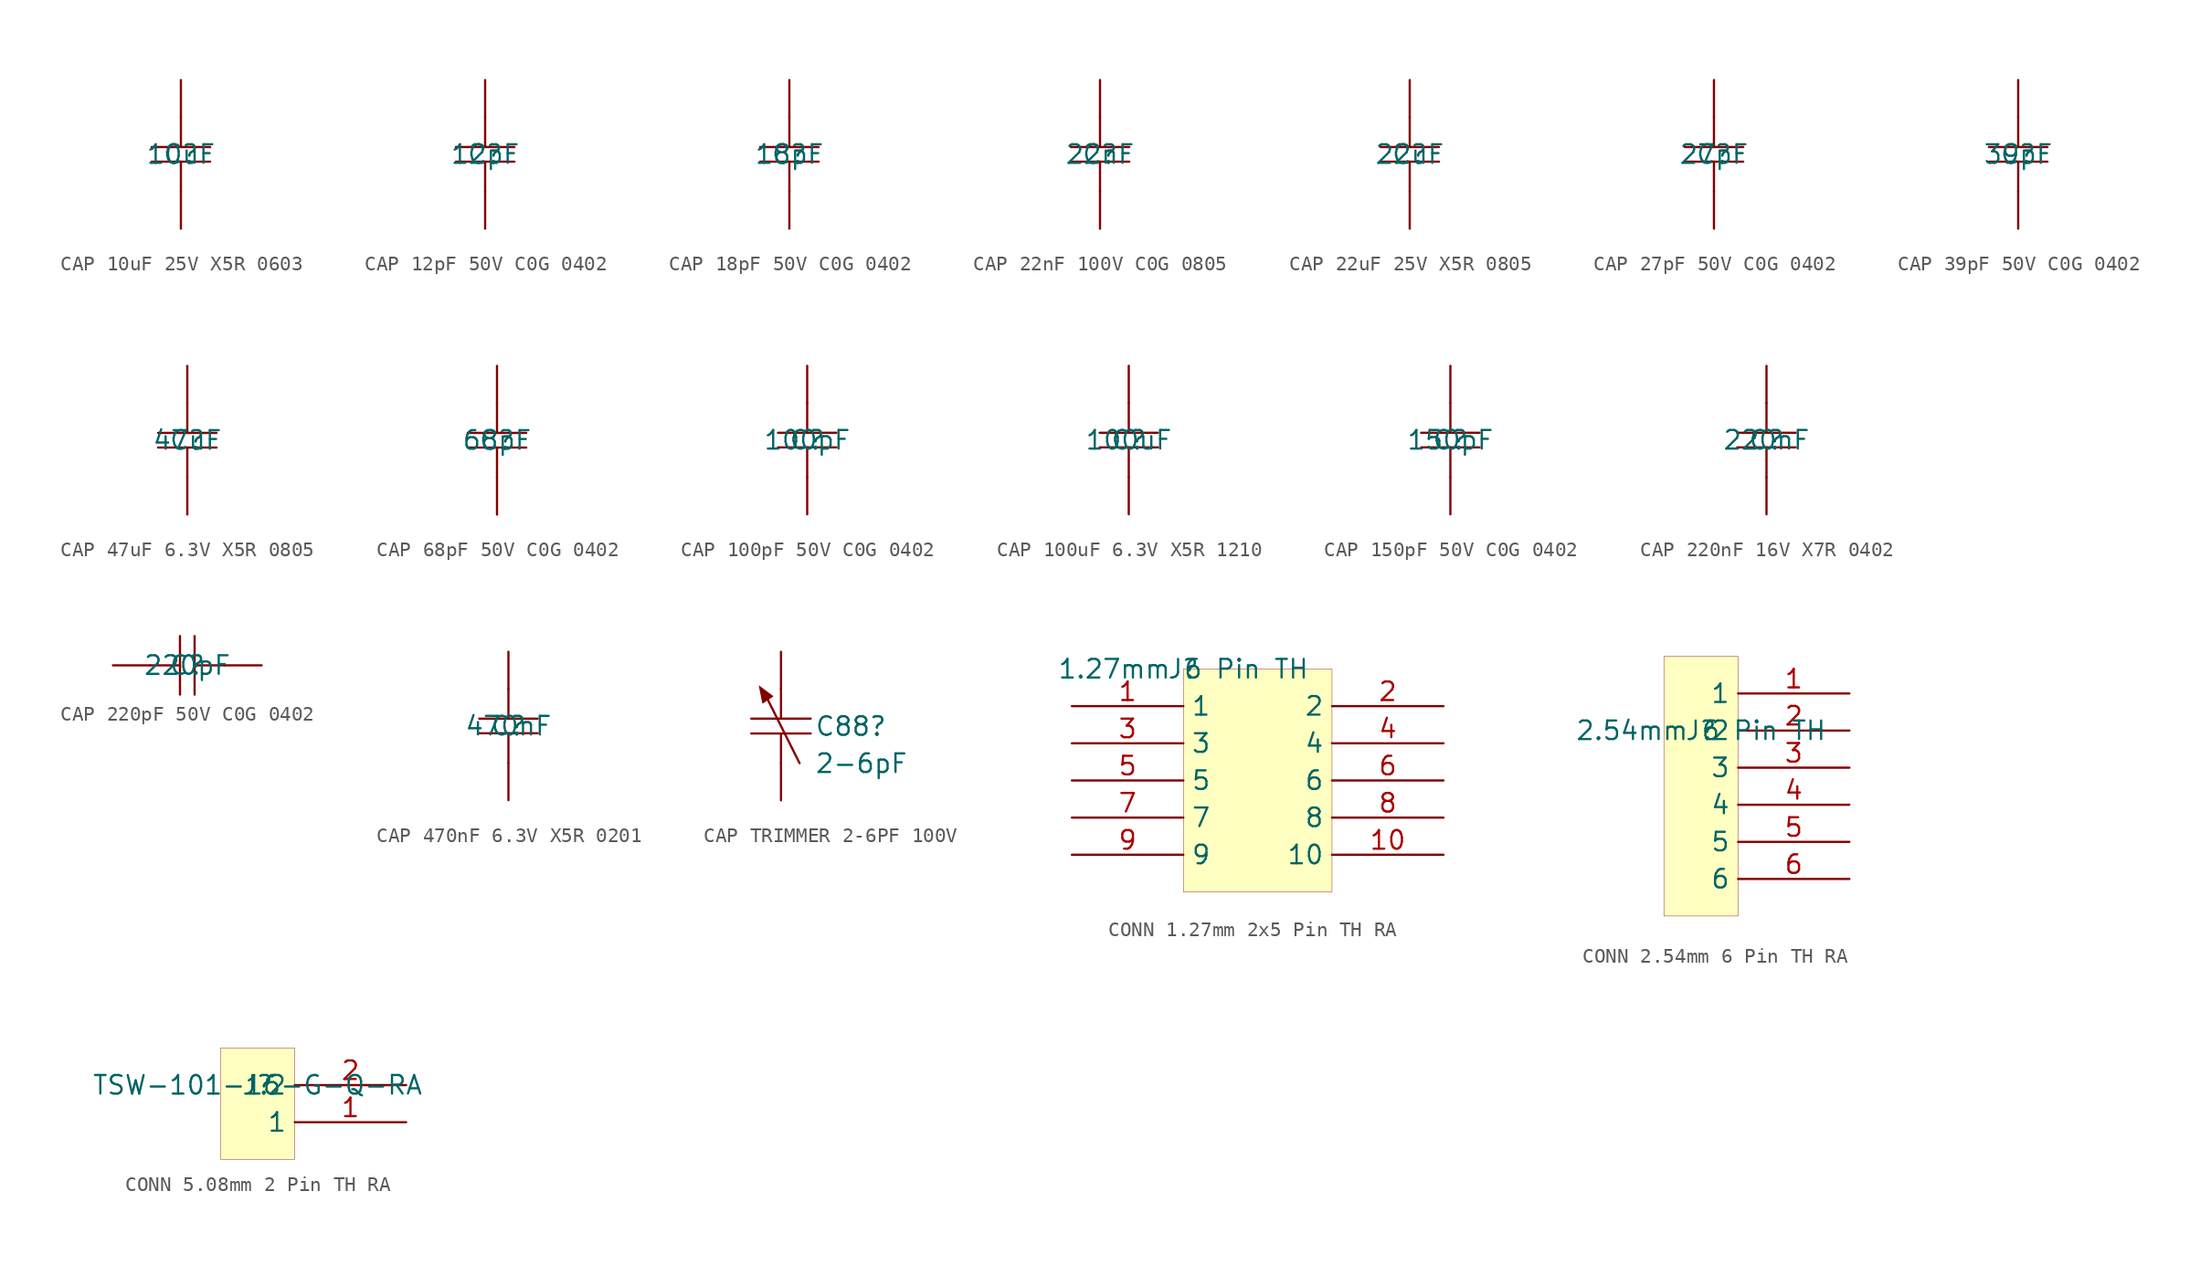
<source format=kicad_sym>
(kicad_symbol_lib
  (version 20241209)
  (generator "kicad_symbol_editor")
  (generator_version "9.0")
  (symbol "CAP 10uF 25V X5R 0603"
    (pin_numbers
      (hide yes))
    (pin_names
      (hide yes))
    (property "Reference" "C"
      (at 0 0 0)
      (effects (font (size 1.27 1.27))))
    (property "Value" "10uF"
      (at 0 0 0)
      (effects (font (size 1.27 1.27))))
    (symbol "CAP 10uF 25V X5R 0603_1_0"
      (polyline (pts (xy -2 0.5) (xy 2 0.5)) (stroke (width 0) (type solid)) (fill (type none)))
      (polyline (pts (xy -2 -0.5) (xy 2 -0.5)) (stroke (width 0) (type solid)) (fill (type none)))
      (polyline (pts (xy 0 2.54) (xy 0 0.5)) (stroke (width 0) (type solid)) (fill (type none)))
      (polyline (pts (xy 0 -2.54) (xy 0 -0.5)) (stroke (width 0) (type solid)) (fill (type none)))
      (pin passive line (at 0 5.08 270) (length 2.54) (name "2" (effects (font (size 1.27 1.27)))) (number "2" (effects (font (size 1.27 1.27)))))
      (pin passive line (at 0 -5.08 90) (length 2.54) (name "1" (effects (font (size 1.27 1.27)))) (number "1" (effects (font (size 1.27 1.27)))))))
  (symbol "CAP 12pF 50V C0G 0402"
    (pin_numbers
      (hide yes))
    (pin_names
      (hide yes))
    (property "Reference" "C"
      (at 0 0 0)
      (effects (font (size 1.27 1.27))))
    (property "Value" "12pF"
      (at 0 0 0)
      (effects (font (size 1.27 1.27))))
    (symbol "CAP 12pF 50V C0G 0402_1_0"
      (polyline (pts (xy -2 0.5) (xy 2 0.5)) (stroke (width 0) (type solid)) (fill (type none)))
      (polyline (pts (xy -2 -0.5) (xy 2 -0.5)) (stroke (width 0) (type solid)) (fill (type none)))
      (polyline (pts (xy 0 2.54) (xy 0 0.5)) (stroke (width 0) (type solid)) (fill (type none)))
      (polyline (pts (xy 0 -2.54) (xy 0 -0.5)) (stroke (width 0) (type solid)) (fill (type none)))
      (pin passive line (at 0 5.08 270) (length 2.54) (name "2" (effects (font (size 1.27 1.27)))) (number "2" (effects (font (size 1.27 1.27)))))
      (pin passive line (at 0 -5.08 90) (length 2.54) (name "1" (effects (font (size 1.27 1.27)))) (number "1" (effects (font (size 1.27 1.27)))))))
  (symbol "CAP 18pF 50V C0G 0402"
    (pin_numbers
      (hide yes))
    (pin_names
      (hide yes))
    (property "Reference" "C"
      (at 0 0 0)
      (effects (font (size 1.27 1.27))))
    (property "Value" "18pF"
      (at 0 0 0)
      (effects (font (size 1.27 1.27))))
    (symbol "CAP 18pF 50V C0G 0402_1_0"
      (polyline (pts (xy -2 0.5) (xy 2 0.5)) (stroke (width 0) (type solid)) (fill (type none)))
      (polyline (pts (xy -2 -0.5) (xy 2 -0.5)) (stroke (width 0) (type solid)) (fill (type none)))
      (polyline (pts (xy 0 2.54) (xy 0 0.5)) (stroke (width 0) (type solid)) (fill (type none)))
      (polyline (pts (xy 0 -2.54) (xy 0 -0.5)) (stroke (width 0) (type solid)) (fill (type none)))
      (pin passive line (at 0 5.08 270) (length 2.54) (name "2" (effects (font (size 1.27 1.27)))) (number "2" (effects (font (size 1.27 1.27)))))
      (pin passive line (at 0 -5.08 90) (length 2.54) (name "1" (effects (font (size 1.27 1.27)))) (number "1" (effects (font (size 1.27 1.27)))))))
  (symbol "CAP 22nF 100V C0G 0805"
    (pin_numbers
      (hide yes))
    (pin_names
      (hide yes))
    (property "Reference" "C"
      (at 0 0 0)
      (effects (font (size 1.27 1.27))))
    (property "Value" "22nF"
      (at 0 0 0)
      (effects (font (size 1.27 1.27))))
    (symbol "CAP 22nF 100V C0G 0805_1_0"
      (polyline (pts (xy 0 2.54) (xy 0 0.5)) (stroke (width 0) (type solid)) (fill (type none)))
      (polyline (pts (xy 0 -2.54) (xy 0 -0.5)) (stroke (width 0) (type solid)) (fill (type none)))
      (polyline (pts (xy 2 0.5) (xy -2 0.5)) (stroke (width 0) (type solid)) (fill (type none)))
      (polyline (pts (xy 2 -0.5) (xy -2 -0.5)) (stroke (width 0) (type solid)) (fill (type none)))
      (pin passive line (at 0 5.08 270) (length 2.54) (name "1" (effects (font (size 1.27 1.27)))) (number "1" (effects (font (size 1.27 1.27)))))
      (pin passive line (at 0 -5.08 90) (length 2.54) (name "2" (effects (font (size 1.27 1.27)))) (number "2" (effects (font (size 1.27 1.27)))))))
  (symbol "CAP 22uF 25V X5R 0805"
    (pin_numbers
      (hide yes))
    (pin_names
      (hide yes))
    (property "Reference" "C"
      (at 0 0 0)
      (effects (font (size 1.27 1.27))))
    (property "Value" "22uF"
      (at 0 0 0)
      (effects (font (size 1.27 1.27))))
    (symbol "CAP 22uF 25V X5R 0805_1_0"
      (polyline (pts (xy -2 0.5) (xy 2 0.5)) (stroke (width 0) (type solid)) (fill (type none)))
      (polyline (pts (xy -2 -0.5) (xy 2 -0.5)) (stroke (width 0) (type solid)) (fill (type none)))
      (polyline (pts (xy 0 2.54) (xy 0 0.5)) (stroke (width 0) (type solid)) (fill (type none)))
      (polyline (pts (xy 0 -2.54) (xy 0 -0.5)) (stroke (width 0) (type solid)) (fill (type none)))
      (pin passive line (at 0 5.08 270) (length 2.54) (name "2" (effects (font (size 1.27 1.27)))) (number "2" (effects (font (size 1.27 1.27)))))
      (pin passive line (at 0 -5.08 90) (length 2.54) (name "1" (effects (font (size 1.27 1.27)))) (number "1" (effects (font (size 1.27 1.27)))))))
  (symbol "CAP 27pF 50V C0G 0402"
    (pin_numbers
      (hide yes))
    (pin_names
      (hide yes))
    (property "Reference" "C"
      (at 0 0 0)
      (effects (font (size 1.27 1.27))))
    (property "Value" "27pF"
      (at 0 0 0)
      (effects (font (size 1.27 1.27))))
    (symbol "CAP 27pF 50V C0G 0402_1_0"
      (polyline (pts (xy -2 0.5) (xy 2 0.5)) (stroke (width 0) (type solid)) (fill (type none)))
      (polyline (pts (xy -2 -0.5) (xy 2 -0.5)) (stroke (width 0) (type solid)) (fill (type none)))
      (polyline (pts (xy 0 2.54) (xy 0 0.5)) (stroke (width 0) (type solid)) (fill (type none)))
      (polyline (pts (xy 0 -2.54) (xy 0 -0.5)) (stroke (width 0) (type solid)) (fill (type none)))
      (pin passive line (at 0 5.08 270) (length 2.54) (name "2" (effects (font (size 1.27 1.27)))) (number "2" (effects (font (size 1.27 1.27)))))
      (pin passive line (at 0 -5.08 90) (length 2.54) (name "1" (effects (font (size 1.27 1.27)))) (number "1" (effects (font (size 1.27 1.27)))))))
  (symbol "CAP 39pF 50V C0G 0402"
    (pin_numbers
      (hide yes))
    (pin_names
      (hide yes))
    (property "Reference" "C"
      (at 0 0 0)
      (effects (font (size 1.27 1.27))))
    (property "Value" "39pF"
      (at 0 0 0)
      (effects (font (size 1.27 1.27))))
    (symbol "CAP 39pF 50V C0G 0402_1_0"
      (polyline (pts (xy -2 0.5) (xy 2 0.5)) (stroke (width 0) (type solid)) (fill (type none)))
      (polyline (pts (xy -2 -0.5) (xy 2 -0.5)) (stroke (width 0) (type solid)) (fill (type none)))
      (polyline (pts (xy 0 2.54) (xy 0 0.5)) (stroke (width 0) (type solid)) (fill (type none)))
      (polyline (pts (xy 0 -2.54) (xy 0 -0.5)) (stroke (width 0) (type solid)) (fill (type none)))
      (pin passive line (at 0 5.08 270) (length 2.54) (name "2" (effects (font (size 1.27 1.27)))) (number "2" (effects (font (size 1.27 1.27)))))
      (pin passive line (at 0 -5.08 90) (length 2.54) (name "1" (effects (font (size 1.27 1.27)))) (number "1" (effects (font (size 1.27 1.27)))))))
  (symbol "CAP 47uF 6.3V X5R 0805"
    (pin_numbers
      (hide yes))
    (pin_names
      (hide yes))
    (property "Reference" "C"
      (at 0 0 0)
      (effects (font (size 1.27 1.27))))
    (property "Value" "47uF"
      (at 0 0 0)
      (effects (font (size 1.27 1.27))))
    (symbol "CAP 47uF 6.3V X5R 0805_1_0"
      (polyline (pts (xy -2 0.5) (xy 2 0.5)) (stroke (width 0) (type solid)) (fill (type none)))
      (polyline (pts (xy -2 -0.5) (xy 2 -0.5)) (stroke (width 0) (type solid)) (fill (type none)))
      (polyline (pts (xy 0 2.54) (xy 0 0.5)) (stroke (width 0) (type solid)) (fill (type none)))
      (polyline (pts (xy 0 -2.54) (xy 0 -0.5)) (stroke (width 0) (type solid)) (fill (type none)))
      (pin passive line (at 0 5.08 270) (length 2.54) (name "2" (effects (font (size 1.27 1.27)))) (number "2" (effects (font (size 1.27 1.27)))))
      (pin passive line (at 0 -5.08 90) (length 2.54) (name "1" (effects (font (size 1.27 1.27)))) (number "1" (effects (font (size 1.27 1.27)))))))
  (symbol "CAP 68pF 50V C0G 0402"
    (pin_numbers
      (hide yes))
    (pin_names
      (hide yes))
    (property "Reference" "C"
      (at 0 0 0)
      (effects (font (size 1.27 1.27))))
    (property "Value" "68pF"
      (at 0 0 0)
      (effects (font (size 1.27 1.27))))
    (symbol "CAP 68pF 50V C0G 0402_1_0"
      (polyline (pts (xy -2 0.5) (xy 2 0.5)) (stroke (width 0) (type solid)) (fill (type none)))
      (polyline (pts (xy -2 -0.5) (xy 2 -0.5)) (stroke (width 0) (type solid)) (fill (type none)))
      (polyline (pts (xy 0 2.54) (xy 0 0.5)) (stroke (width 0) (type solid)) (fill (type none)))
      (polyline (pts (xy 0 -2.54) (xy 0 -0.5)) (stroke (width 0) (type solid)) (fill (type none)))
      (pin passive line (at 0 5.08 270) (length 2.54) (name "2" (effects (font (size 1.27 1.27)))) (number "2" (effects (font (size 1.27 1.27)))))
      (pin passive line (at 0 -5.08 90) (length 2.54) (name "1" (effects (font (size 1.27 1.27)))) (number "1" (effects (font (size 1.27 1.27)))))))
  (symbol "CAP 100pF 50V C0G 0402"
    (pin_numbers
      (hide yes))
    (pin_names
      (hide yes))
    (property "Reference" "C"
      (at 0 0 0)
      (effects (font (size 1.27 1.27))))
    (property "Value" "100pF"
      (at 0 0 0)
      (effects (font (size 1.27 1.27))))
    (symbol "CAP 100pF 50V C0G 0402_1_0"
      (polyline (pts (xy -2 0.5) (xy 2 0.5)) (stroke (width 0) (type solid)) (fill (type none)))
      (polyline (pts (xy -2 -0.5) (xy 2 -0.5)) (stroke (width 0) (type solid)) (fill (type none)))
      (polyline (pts (xy 0 2.54) (xy 0 0.5)) (stroke (width 0) (type solid)) (fill (type none)))
      (polyline (pts (xy 0 -2.54) (xy 0 -0.5)) (stroke (width 0) (type solid)) (fill (type none)))
      (pin passive line (at 0 5.08 270) (length 2.54) (name "2" (effects (font (size 1.27 1.27)))) (number "2" (effects (font (size 1.27 1.27)))))
      (pin passive line (at 0 -5.08 90) (length 2.54) (name "1" (effects (font (size 1.27 1.27)))) (number "1" (effects (font (size 1.27 1.27)))))))
  (symbol "CAP 100uF 6.3V X5R 1210"
    (pin_numbers
      (hide yes))
    (pin_names
      (hide yes))
    (property "Reference" "C"
      (at 0 0 0)
      (effects (font (size 1.27 1.27))))
    (property "Value" "100uF"
      (at 0 0 0)
      (effects (font (size 1.27 1.27))))
    (symbol "CAP 100uF 6.3V X5R 1210_1_0"
      (polyline (pts (xy -2 0.5) (xy 2 0.5)) (stroke (width 0) (type solid)) (fill (type none)))
      (polyline (pts (xy -2 -0.5) (xy 2 -0.5)) (stroke (width 0) (type solid)) (fill (type none)))
      (polyline (pts (xy 0 2.54) (xy 0 0.5)) (stroke (width 0) (type solid)) (fill (type none)))
      (polyline (pts (xy 0 -2.54) (xy 0 -0.5)) (stroke (width 0) (type solid)) (fill (type none)))
      (pin passive line (at 0 5.08 270) (length 2.54) (name "2" (effects (font (size 1.27 1.27)))) (number "2" (effects (font (size 1.27 1.27)))))
      (pin passive line (at 0 -5.08 90) (length 2.54) (name "1" (effects (font (size 1.27 1.27)))) (number "1" (effects (font (size 1.27 1.27)))))))
  (symbol "CAP 150pF 50V C0G 0402"
    (pin_numbers
      (hide yes))
    (pin_names
      (hide yes))
    (property "Reference" "C"
      (at 0 0 0)
      (effects (font (size 1.27 1.27))))
    (property "Value" "150pF"
      (at 0 0 0)
      (effects (font (size 1.27 1.27))))
    (symbol "CAP 150pF 50V C0G 0402_1_0"
      (polyline (pts (xy -2 0.5) (xy 2 0.5)) (stroke (width 0) (type solid)) (fill (type none)))
      (polyline (pts (xy -2 -0.5) (xy 2 -0.5)) (stroke (width 0) (type solid)) (fill (type none)))
      (polyline (pts (xy 0 2.54) (xy 0 0.5)) (stroke (width 0) (type solid)) (fill (type none)))
      (polyline (pts (xy 0 -2.54) (xy 0 -0.5)) (stroke (width 0) (type solid)) (fill (type none)))
      (pin passive line (at 0 5.08 270) (length 2.54) (name "2" (effects (font (size 1.27 1.27)))) (number "2" (effects (font (size 1.27 1.27)))))
      (pin passive line (at 0 -5.08 90) (length 2.54) (name "1" (effects (font (size 1.27 1.27)))) (number "1" (effects (font (size 1.27 1.27)))))))
  (symbol "CAP 220nF 16V X7R 0402"
    (pin_numbers
      (hide yes))
    (pin_names
      (hide yes))
    (property "Reference" "C"
      (at 0 0 0)
      (effects (font (size 1.27 1.27))))
    (property "Value" "220nF"
      (at 0 0 0)
      (effects (font (size 1.27 1.27))))
    (symbol "CAP 220nF 16V X7R 0402_1_0"
      (polyline (pts (xy -2 0.5) (xy 2 0.5)) (stroke (width 0) (type solid)) (fill (type none)))
      (polyline (pts (xy -2 -0.5) (xy 2 -0.5)) (stroke (width 0) (type solid)) (fill (type none)))
      (polyline (pts (xy 0 2.54) (xy 0 0.5)) (stroke (width 0) (type solid)) (fill (type none)))
      (polyline (pts (xy 0 -2.54) (xy 0 -0.5)) (stroke (width 0) (type solid)) (fill (type none)))
      (pin passive line (at 0 5.08 270) (length 2.54) (name "2" (effects (font (size 1.27 1.27)))) (number "2" (effects (font (size 1.27 1.27)))))
      (pin passive line (at 0 -5.08 90) (length 2.54) (name "1" (effects (font (size 1.27 1.27)))) (number "1" (effects (font (size 1.27 1.27)))))))
  (symbol "CAP 220pF 50V C0G 0402"
    (pin_numbers
      (hide yes))
    (pin_names
      (hide yes))
    (property "Reference" "C"
      (at 0 0 0)
      (effects (font (size 1.27 1.27))))
    (property "Value" "220pF"
      (at 0 0 0)
      (effects (font (size 1.27 1.27))))
    (symbol "CAP 220pF 50V C0G 0402_1_0"
      (polyline (pts (xy -2.54 0) (xy -0.5 0)) (stroke (width 0) (type solid)) (fill (type none)))
      (polyline (pts (xy -0.5 -2) (xy -0.5 2)) (stroke (width 0) (type solid)) (fill (type none)))
      (polyline (pts (xy 0.5 -2) (xy 0.5 2)) (stroke (width 0) (type solid)) (fill (type none)))
      (polyline (pts (xy 2.54 0) (xy 0.5 0)) (stroke (width 0) (type solid)) (fill (type none)))
      (pin passive line (at -5.08 0 0) (length 2.54) (name "2" (effects (font (size 1.27 1.27)))) (number "2" (effects (font (size 1.27 1.27)))))
      (pin passive line (at 5.08 0 180) (length 2.54) (name "1" (effects (font (size 1.27 1.27)))) (number "1" (effects (font (size 1.27 1.27)))))))
  (symbol "CAP 470nF 6.3V X5R 0201"
    (pin_numbers
      (hide yes))
    (pin_names
      (hide yes))
    (property "Reference" "C"
      (at 0 0 0)
      (effects (font (size 1.27 1.27))))
    (property "Value" "470nF"
      (at 0 0 0)
      (effects (font (size 1.27 1.27))))
    (symbol "CAP 470nF 6.3V X5R 0201_1_0"
      (polyline (pts (xy -2 0.5) (xy 2 0.5)) (stroke (width 0) (type solid)) (fill (type none)))
      (polyline (pts (xy -2 -0.5) (xy 2 -0.5)) (stroke (width 0) (type solid)) (fill (type none)))
      (polyline (pts (xy 0 2.54) (xy 0 0.5)) (stroke (width 0) (type solid)) (fill (type none)))
      (polyline (pts (xy 0 -2.54) (xy 0 -0.5)) (stroke (width 0) (type solid)) (fill (type none)))
      (pin passive line (at 0 5.08 270) (length 2.54) (name "2" (effects (font (size 1.27 1.27)))) (number "2" (effects (font (size 1.27 1.27)))))
      (pin passive line (at 0 -5.08 90) (length 2.54) (name "1" (effects (font (size 1.27 1.27)))) (number "1" (effects (font (size 1.27 1.27)))))))
  (symbol "CAP TRIMMER 2-6PF 100V"
    (pin_numbers
      (hide yes))
    (pin_names
      (hide yes))
    (property "Reference" "C88"
      (at 2.286 -0.762 0)
      (effects (font (size 1.27 1.27)) (justify left bottom)))
    (property "Value" "2-6pF"
      (at 2.286 -3.302 0)
      (effects (font (size 1.27 1.27)) (justify left bottom)))
    (symbol "CAP TRIMMER 2-6PF 100V_1_0"
      (polyline (pts (xy -2.032 0.508) (xy 2.032 0.508)) (stroke (width 0) (type solid)) (fill (type none)))
      (polyline (pts (xy -1.27 1.524) (xy -1.524 2.794) (xy -0.508 2.032) (xy -1.27 1.524)) (stroke (width -0.0001) (type solid)) (fill (type outline)))
      (polyline (pts (xy 0 2.54) (xy 0 0.508)) (stroke (width 0) (type solid)) (fill (type none)))
      (polyline (pts (xy 0 -2.54) (xy 0 -0.508)) (stroke (width 0) (type solid)) (fill (type none)))
      (polyline (pts (xy 1.27 -2.54) (xy -1.016 2.032)) (stroke (width 0) (type solid)) (fill (type none)))
      (polyline (pts (xy 2.032 -0.508) (xy -2.032 -0.508)) (stroke (width 0) (type solid)) (fill (type none)))
      (pin passive line (at 0 5.08 270) (length 2.54) (name "1" (effects (font (size 1.27 1.27)))) (number "1" (effects (font (size 1.27 1.27)))))
      (pin passive line (at 0 -5.08 90) (length 2.54) (name "2" (effects (font (size 1.27 1.27)))) (number "2" (effects (font (size 1.27 1.27)))))))
  (symbol "CONN 1.27mm 2x5 Pin TH RA"
    (property "Reference" "J"
      (at 0 0 0)
      (effects (font (size 1.27 1.27))))
    (property "Value" "1.27mm 6 Pin TH"
      (at 0 0 0)
      (effects (font (size 1.27 1.27))))
    (symbol "CONN 1.27mm 2x5 Pin TH RA_1_0"
      (rectangle (start 10.16 0) (end 0 -15.24) (stroke (width 0.025) (type solid) (color 128 0 0 1)) (fill (type background)))
      (pin passive line (at -7.62 -2.54 0) (length 7.62) (name "1" (effects (font (size 1.27 1.27)))) (number "1" (effects (font (size 1.27 1.27)))))
      (pin passive line (at -7.62 -5.08 0) (length 7.62) (name "3" (effects (font (size 1.27 1.27)))) (number "3" (effects (font (size 1.27 1.27)))))
      (pin passive line (at -7.62 -7.62 0) (length 7.62) (name "5" (effects (font (size 1.27 1.27)))) (number "5" (effects (font (size 1.27 1.27)))))
      (pin passive line (at -7.62 -10.16 0) (length 7.62) (name "7" (effects (font (size 1.27 1.27)))) (number "7" (effects (font (size 1.27 1.27)))))
      (pin passive line (at -7.62 -12.7 0) (length 7.62) (name "9" (effects (font (size 1.27 1.27)))) (number "9" (effects (font (size 1.27 1.27)))))
      (pin passive line (at 17.78 -2.54 180) (length 7.62) (name "2" (effects (font (size 1.27 1.27)))) (number "2" (effects (font (size 1.27 1.27)))))
      (pin passive line (at 17.78 -5.08 180) (length 7.62) (name "4" (effects (font (size 1.27 1.27)))) (number "4" (effects (font (size 1.27 1.27)))))
      (pin passive line (at 17.78 -7.62 180) (length 7.62) (name "6" (effects (font (size 1.27 1.27)))) (number "6" (effects (font (size 1.27 1.27)))))
      (pin passive line (at 17.78 -10.16 180) (length 7.62) (name "8" (effects (font (size 1.27 1.27)))) (number "8" (effects (font (size 1.27 1.27)))))
      (pin passive line (at 17.78 -12.7 180) (length 7.62) (name "10" (effects (font (size 1.27 1.27)))) (number "10" (effects (font (size 1.27 1.27)))))))
  (symbol "CONN 2.54mm 6 Pin TH RA"
    (property "Reference" "J"
      (at 0 0 0)
      (effects (font (size 1.27 1.27))))
    (property "Value" "2.54mm 6 Pin TH"
      (at 0 0 0)
      (effects (font (size 1.27 1.27))))
    (symbol "CONN 2.54mm 6 Pin TH RA_1_0"
      (rectangle (start 2.54 5.08) (end -2.54 -12.7) (stroke (width 0.025) (type solid) (color 128 0 0 1)) (fill (type background)))
      (pin passive line (at 10.16 2.54 180) (length 7.62) (name "1" (effects (font (size 1.27 1.27)))) (number "1" (effects (font (size 1.27 1.27)))))
      (pin passive line (at 10.16 0 180) (length 7.62) (name "2" (effects (font (size 1.27 1.27)))) (number "2" (effects (font (size 1.27 1.27)))))
      (pin passive line (at 10.16 -2.54 180) (length 7.62) (name "3" (effects (font (size 1.27 1.27)))) (number "3" (effects (font (size 1.27 1.27)))))
      (pin passive line (at 10.16 -5.08 180) (length 7.62) (name "4" (effects (font (size 1.27 1.27)))) (number "4" (effects (font (size 1.27 1.27)))))
      (pin passive line (at 10.16 -7.62 180) (length 7.62) (name "5" (effects (font (size 1.27 1.27)))) (number "5" (effects (font (size 1.27 1.27)))))
      (pin passive line (at 10.16 -10.16 180) (length 7.62) (name "6" (effects (font (size 1.27 1.27)))) (number "6" (effects (font (size 1.27 1.27)))))))
  (symbol "CONN 5.08mm 2 Pin TH RA"
    (property "Reference" "J"
      (at 0 0 0)
      (effects (font (size 1.27 1.27))))
    (property "Value" "TSW-101-16-G-Q-RA"
      (at 0 0 0)
      (effects (font (size 1.27 1.27))))
    (symbol "CONN 5.08mm 2 Pin TH RA_1_0"
      (rectangle (start 2.54 2.54) (end -2.54 -5.08) (stroke (width 0.025) (type solid) (color 128 0 0 1)) (fill (type background)))
      (pin passive line (at 10.16 0 180) (length 7.62) (name "2" (effects (font (size 1.27 1.27)))) (number "2" (effects (font (size 1.27 1.27)))))
      (pin passive line (at 10.16 -2.54 180) (length 7.62) (name "1" (effects (font (size 1.27 1.27)))) (number "1" (effects (font (size 1.27 1.27))))))))
</source>
